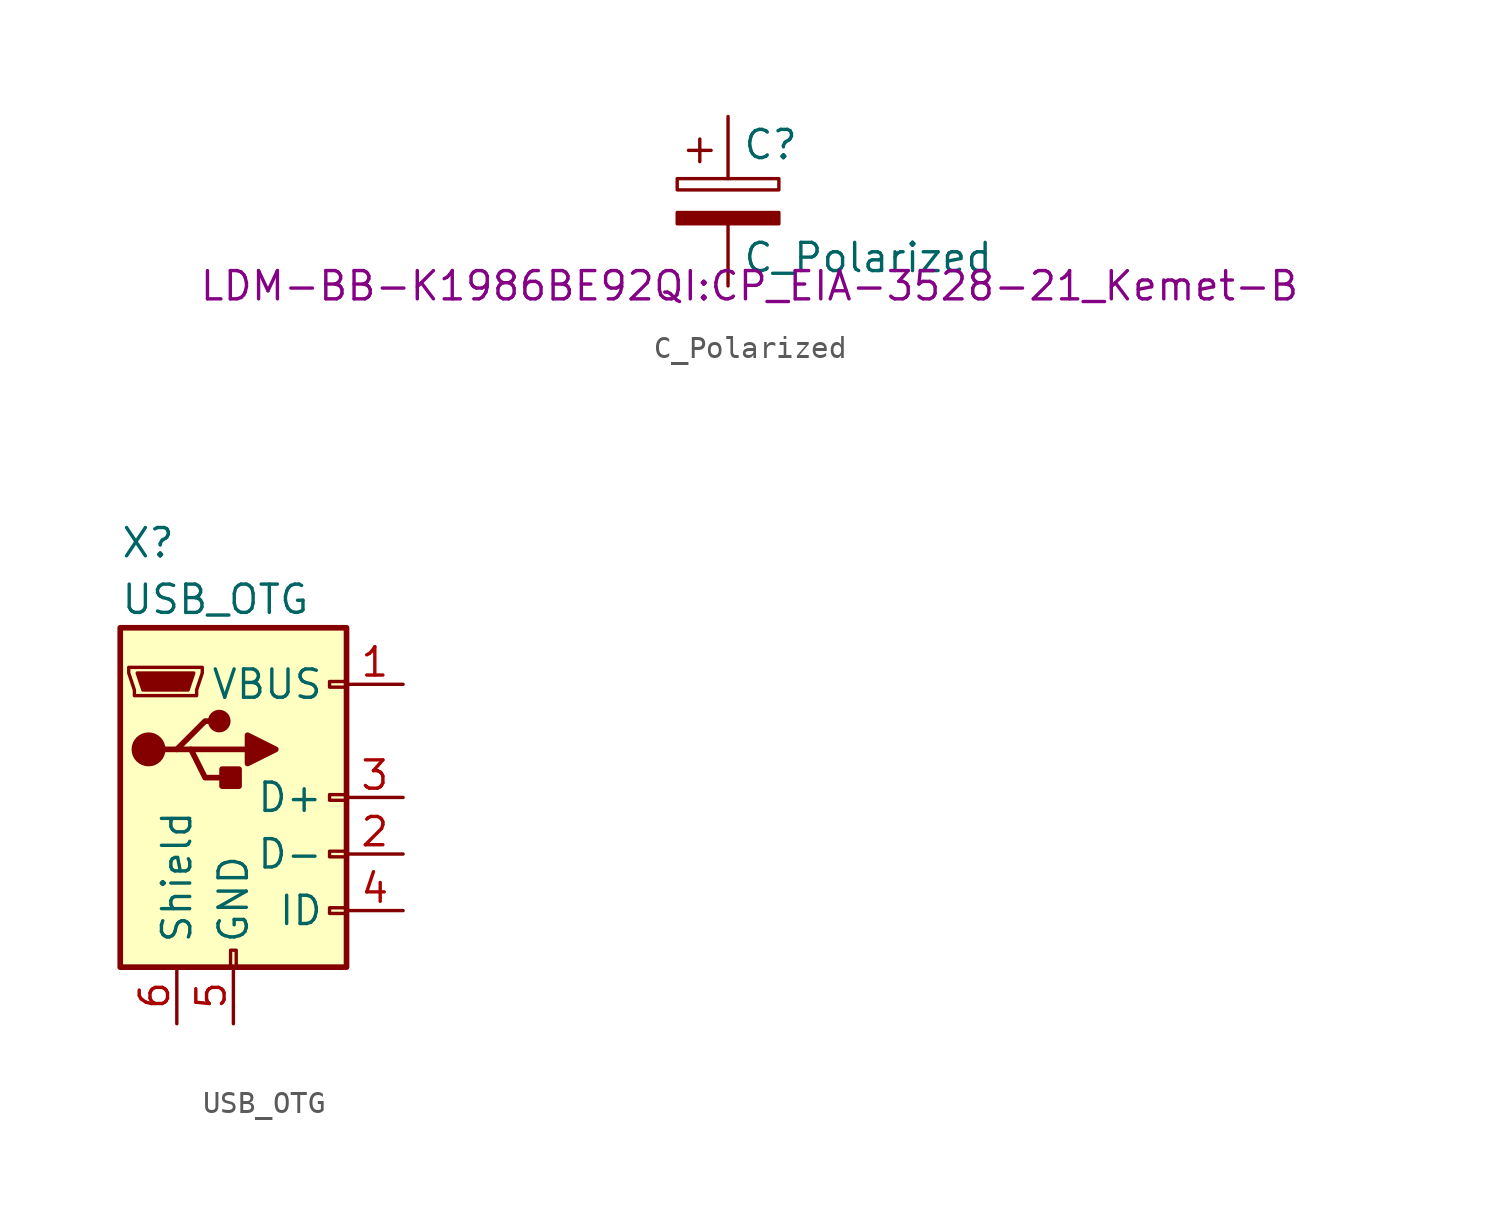
<source format=kicad_sym>
(kicad_symbol_lib
  (version 20211014)
  (generator kicad_symbol_editor)
  (symbol "C_Polarized"
    (pin_numbers hide)
    (pin_names
      (offset 0.254))
    (property "Reference" "C"
      (at 0.635 2.54 0)
      (effects (font (size 1.27 1.27)) (justify left)))
    (property "Value" "C_Polarized"
      (at 0.635 -2.54 0)
      (effects (font (size 1.27 1.27)) (justify left)))
    (property "Footprint" "LDM-BB-K1986BE92QI:CP_EIA-3528-21_Kemet-B"
      (at 0.965 -3.81 0)
      (effects (font (size 1.27 1.27))))
    (symbol "C_Polarized_0_1"
      (rectangle (start -2.286 0.508) (end 2.286 1.016) (stroke (width 0) (type default) (color 0 0 0 0)) (fill (type none)))
      (polyline (pts (xy -1.778 2.286) (xy -0.762 2.286)) (stroke (width 0) (type default) (color 0 0 0 0)) (fill (type none)))
      (polyline (pts (xy -1.27 2.794) (xy -1.27 1.778)) (stroke (width 0) (type default) (color 0 0 0 0)) (fill (type none)))
      (rectangle (start 2.286 -0.508) (end -2.286 -1.016) (stroke (width 0) (type default) (color 0 0 0 0)) (fill (type outline))))
    (symbol "C_Polarized_1_1"
      (pin passive line (at 0 3.81 270) (length 2.794) (name "~" (effects (font (size 1.27 1.27)))) (number "1" (effects (font (size 1.27 1.27)))))
      (pin passive line (at 0 -3.81 90) (length 2.794) (name "~" (effects (font (size 1.27 1.27)))) (number "2" (effects (font (size 1.27 1.27)))))))
  (symbol "USB_OTG"
    (pin_names
      (offset 1.016))
    (property "Reference" "X"
      (at -5.08 11.43 0)
      (effects (font (size 1.27 1.27)) (justify left)))
    (property "Value" "USB_OTG"
      (at -5.08 8.89 0)
      (effects (font (size 1.27 1.27)) (justify left)))
    (symbol "USB_OTG_0_1"
      (rectangle (start -5.08 -7.62) (end 5.08 7.62) (stroke (width 0.254) (type default) (color 0 0 0 0)) (fill (type background)))
      (circle (center -3.81 2.159) (radius 0.635) (stroke (width 0.254) (type default) (color 0 0 0 0)) (fill (type outline)))
      (circle (center -0.635 3.429) (radius 0.381) (stroke (width 0.254) (type default) (color 0 0 0 0)) (fill (type outline)))
      (rectangle (start -0.127 -7.62) (end 0.127 -6.858) (stroke (width 0) (type default) (color 0 0 0 0)) (fill (type none)))
      (polyline (pts (xy -1.905 2.159) (xy 0.635 2.159)) (stroke (width 0.254) (type default) (color 0 0 0 0)) (fill (type none)))
      (polyline (pts (xy -3.175 2.159) (xy -2.54 2.159) (xy -1.27 3.429) (xy -0.635 3.429)) (stroke (width 0.254) (type default) (color 0 0 0 0)) (fill (type none)))
      (polyline (pts (xy -2.54 2.159) (xy -1.905 2.159) (xy -1.27 0.889) (xy 0 0.889)) (stroke (width 0.254) (type default) (color 0 0 0 0)) (fill (type none)))
      (polyline (pts (xy 0.635 2.794) (xy 0.635 1.524) (xy 1.905 2.159) (xy 0.635 2.794)) (stroke (width 0.254) (type default) (color 0 0 0 0)) (fill (type outline)))
      (polyline (pts (xy -4.318 5.588) (xy -1.778 5.588) (xy -2.032 4.826) (xy -4.064 4.826) (xy -4.318 5.588)) (stroke (width 0) (type default) (color 0 0 0 0)) (fill (type outline)))
      (polyline (pts (xy -4.699 5.842) (xy -4.699 5.588) (xy -4.445 4.826) (xy -4.445 4.572) (xy -1.651 4.572) (xy -1.651 4.826) (xy -1.397 5.588) (xy -1.397 5.842) (xy -4.699 5.842)) (stroke (width 0) (type default) (color 0 0 0 0)) (fill (type none)))
      (rectangle (start 0.254 1.27) (end -0.508 0.508) (stroke (width 0.254) (type default) (color 0 0 0 0)) (fill (type outline)))
      (rectangle (start 5.08 -5.207) (end 4.318 -4.953) (stroke (width 0) (type default) (color 0 0 0 0)) (fill (type none)))
      (rectangle (start 5.08 -2.667) (end 4.318 -2.413) (stroke (width 0) (type default) (color 0 0 0 0)) (fill (type none)))
      (rectangle (start 5.08 -0.127) (end 4.318 0.127) (stroke (width 0) (type default) (color 0 0 0 0)) (fill (type none)))
      (rectangle (start 5.08 4.953) (end 4.318 5.207) (stroke (width 0) (type default) (color 0 0 0 0)) (fill (type none))))
    (symbol "USB_OTG_1_1"
      (pin passive line (at 7.62 5.08 180) (length 2.54) (name "VBUS" (effects (font (size 1.27 1.27)))) (number "1" (effects (font (size 1.27 1.27)))))
      (pin bidirectional line (at 7.62 -2.54 180) (length 2.54) (name "D-" (effects (font (size 1.27 1.27)))) (number "2" (effects (font (size 1.27 1.27)))))
      (pin bidirectional line (at 7.62 0 180) (length 2.54) (name "D+" (effects (font (size 1.27 1.27)))) (number "3" (effects (font (size 1.27 1.27)))))
      (pin passive line (at 7.62 -5.08 180) (length 2.54) (name "ID" (effects (font (size 1.27 1.27)))) (number "4" (effects (font (size 1.27 1.27)))))
      (pin passive line (at 0 -10.16 90) (length 2.54) (name "GND" (effects (font (size 1.27 1.27)))) (number "5" (effects (font (size 1.27 1.27)))))
      (pin passive line (at -2.54 -10.16 90) (length 2.54) (name "Shield" (effects (font (size 1.27 1.27)))) (number "6" (effects (font (size 1.27 1.27))))))))
</source>
